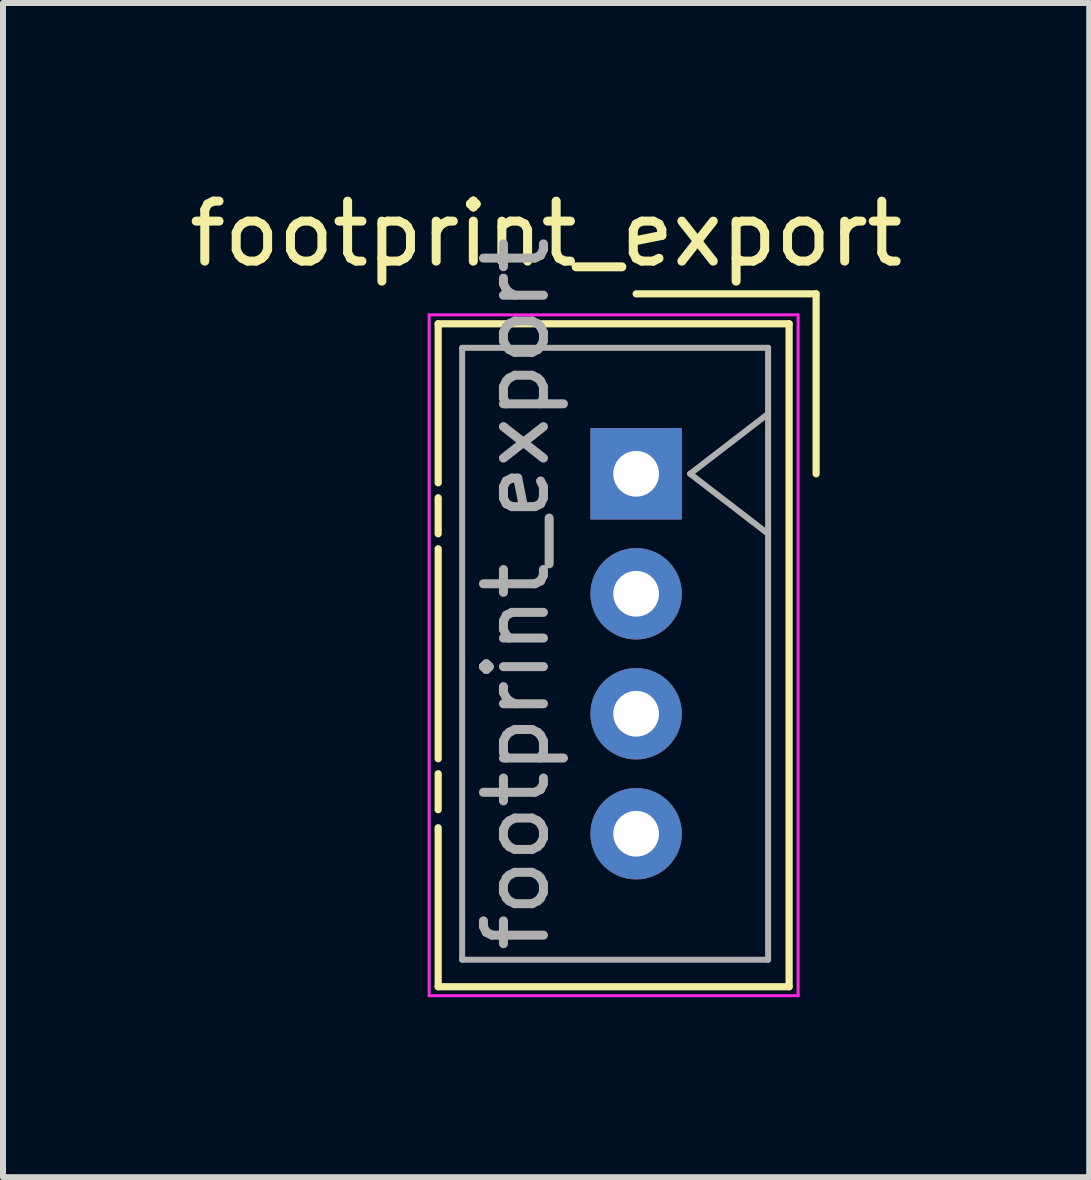
<source format=kicad_pcb>
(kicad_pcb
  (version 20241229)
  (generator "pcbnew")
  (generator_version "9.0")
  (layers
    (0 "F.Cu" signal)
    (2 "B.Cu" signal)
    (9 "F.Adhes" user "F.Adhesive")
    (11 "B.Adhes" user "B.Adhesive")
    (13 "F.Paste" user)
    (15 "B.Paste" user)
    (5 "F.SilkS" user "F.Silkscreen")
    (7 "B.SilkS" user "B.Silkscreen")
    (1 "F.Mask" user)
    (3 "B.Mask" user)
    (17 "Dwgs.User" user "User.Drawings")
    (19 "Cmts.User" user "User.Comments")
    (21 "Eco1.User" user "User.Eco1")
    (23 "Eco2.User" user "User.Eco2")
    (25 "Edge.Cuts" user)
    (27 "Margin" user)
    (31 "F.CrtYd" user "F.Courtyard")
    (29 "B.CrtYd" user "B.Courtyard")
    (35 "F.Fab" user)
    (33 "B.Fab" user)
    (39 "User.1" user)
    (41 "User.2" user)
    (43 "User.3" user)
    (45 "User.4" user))
  (footprint "footprint_export"
    (layer "F.Cu")
    (at 7.554 4.848)
    (property "Reference" "footprint_export" (at -1.5 -4 0) (layer "F.SilkS") (effects (font (size 1 1) (thickness 0.15))))
    (attr through_hole)
    (fp_line (start -3.3 -2.5) (end -3.3 0.15) (stroke (width 0.12) (type solid)) (layer "F.SilkS"))
    (fp_line (start -3.3 -2.5) (end 2.55 -2.5) (stroke (width 0.12) (type solid)) (layer "F.SilkS"))
    (fp_line (start -3.3 0.4) (end -3.3 1) (stroke (width 0.12) (type solid)) (layer "F.SilkS"))
    (fp_line (start -3.3 1.25) (end -3.3 4.75) (stroke (width 0.12) (type solid)) (layer "F.SilkS"))
    (fp_line (start -3.3 5) (end -3.3 5.6) (stroke (width 0.12) (type solid)) (layer "F.SilkS"))
    (fp_line (start -3.3 5.9) (end -3.3 8.55) (stroke (width 0.12) (type solid)) (layer "F.SilkS"))
    (fp_line (start -3.3 8.55) (end 2.55 8.55) (stroke (width 0.12) (type solid)) (layer "F.SilkS"))
    (fp_line (start 0 -3) (end 3 -3) (stroke (width 0.12) (type solid)) (layer "F.SilkS"))
    (fp_line (start 2.55 -2.5) (end 2.55 8.55) (stroke (width 0.12) (type solid)) (layer "F.SilkS"))
    (fp_line (start 3 -3) (end 3 0) (stroke (width 0.12) (type solid)) (layer "F.SilkS"))
    (fp_line (start -3.45 -2.65) (end -3.45 8.7) (stroke (width 0.05) (type solid)) (layer "F.CrtYd"))
    (fp_line (start -3.45 -2.65) (end 2.7 -2.65) (stroke (width 0.05) (type solid)) (layer "F.CrtYd"))
    (fp_line (start -3.45 8.7) (end 2.7 8.7) (stroke (width 0.05) (type solid)) (layer "F.CrtYd"))
    (fp_line (start 2.7 8.7) (end 2.7 -2.65) (stroke (width 0.05) (type solid)) (layer "F.CrtYd"))
    (fp_line (start -2.9 -2.1) (end 2.2 -2.1) (stroke (width 0.1) (type solid)) (layer "F.Fab"))
    (fp_line (start -2.9 8.1) (end -2.9 -2.1) (stroke (width 0.1) (type solid)) (layer "F.Fab"))
    (fp_line (start 0.9 0) (end 2.2 1) (stroke (width 0.1) (type solid)) (layer "F.Fab"))
    (fp_line (start 2.2 -2.1) (end 2.2 8.1) (stroke (width 0.1) (type solid)) (layer "F.Fab"))
    (fp_line (start 2.2 -1) (end 0.9 0) (stroke (width 0.1) (type solid)) (layer "F.Fab"))
    (fp_line (start 2.2 8.1) (end -2.9 8.1) (stroke (width 0.1) (type solid)) (layer "F.Fab"))
    (fp_text user "${REFERENCE}" (at -2 2 90) (layer "F.Fab") (effects (font (size 1 1) (thickness 0.15))))
    (pad "1" thru_hole rect (at 0 0) (size 1.524 1.524) (drill 0.762) (layers "*.Cu" "*.Mask"))
    (pad "2" thru_hole circle (at 0 2) (size 1.524 1.524) (drill 0.762) (layers "*.Cu" "*.Mask"))
    (pad "3" thru_hole circle (at 0 4) (size 1.524 1.524) (drill 0.762) (layers "*.Cu" "*.Mask"))
    (pad "4" thru_hole circle (at 0 6) (size 1.524 1.524) (drill 0.762) (layers "*.Cu" "*.Mask")))
  (gr_rect
    (start -3 -3)
    (end 15.107 16.573)
    (stroke (width 0.1) (type default))
    (fill no)
    (layer "Edge.Cuts")))
</source>
